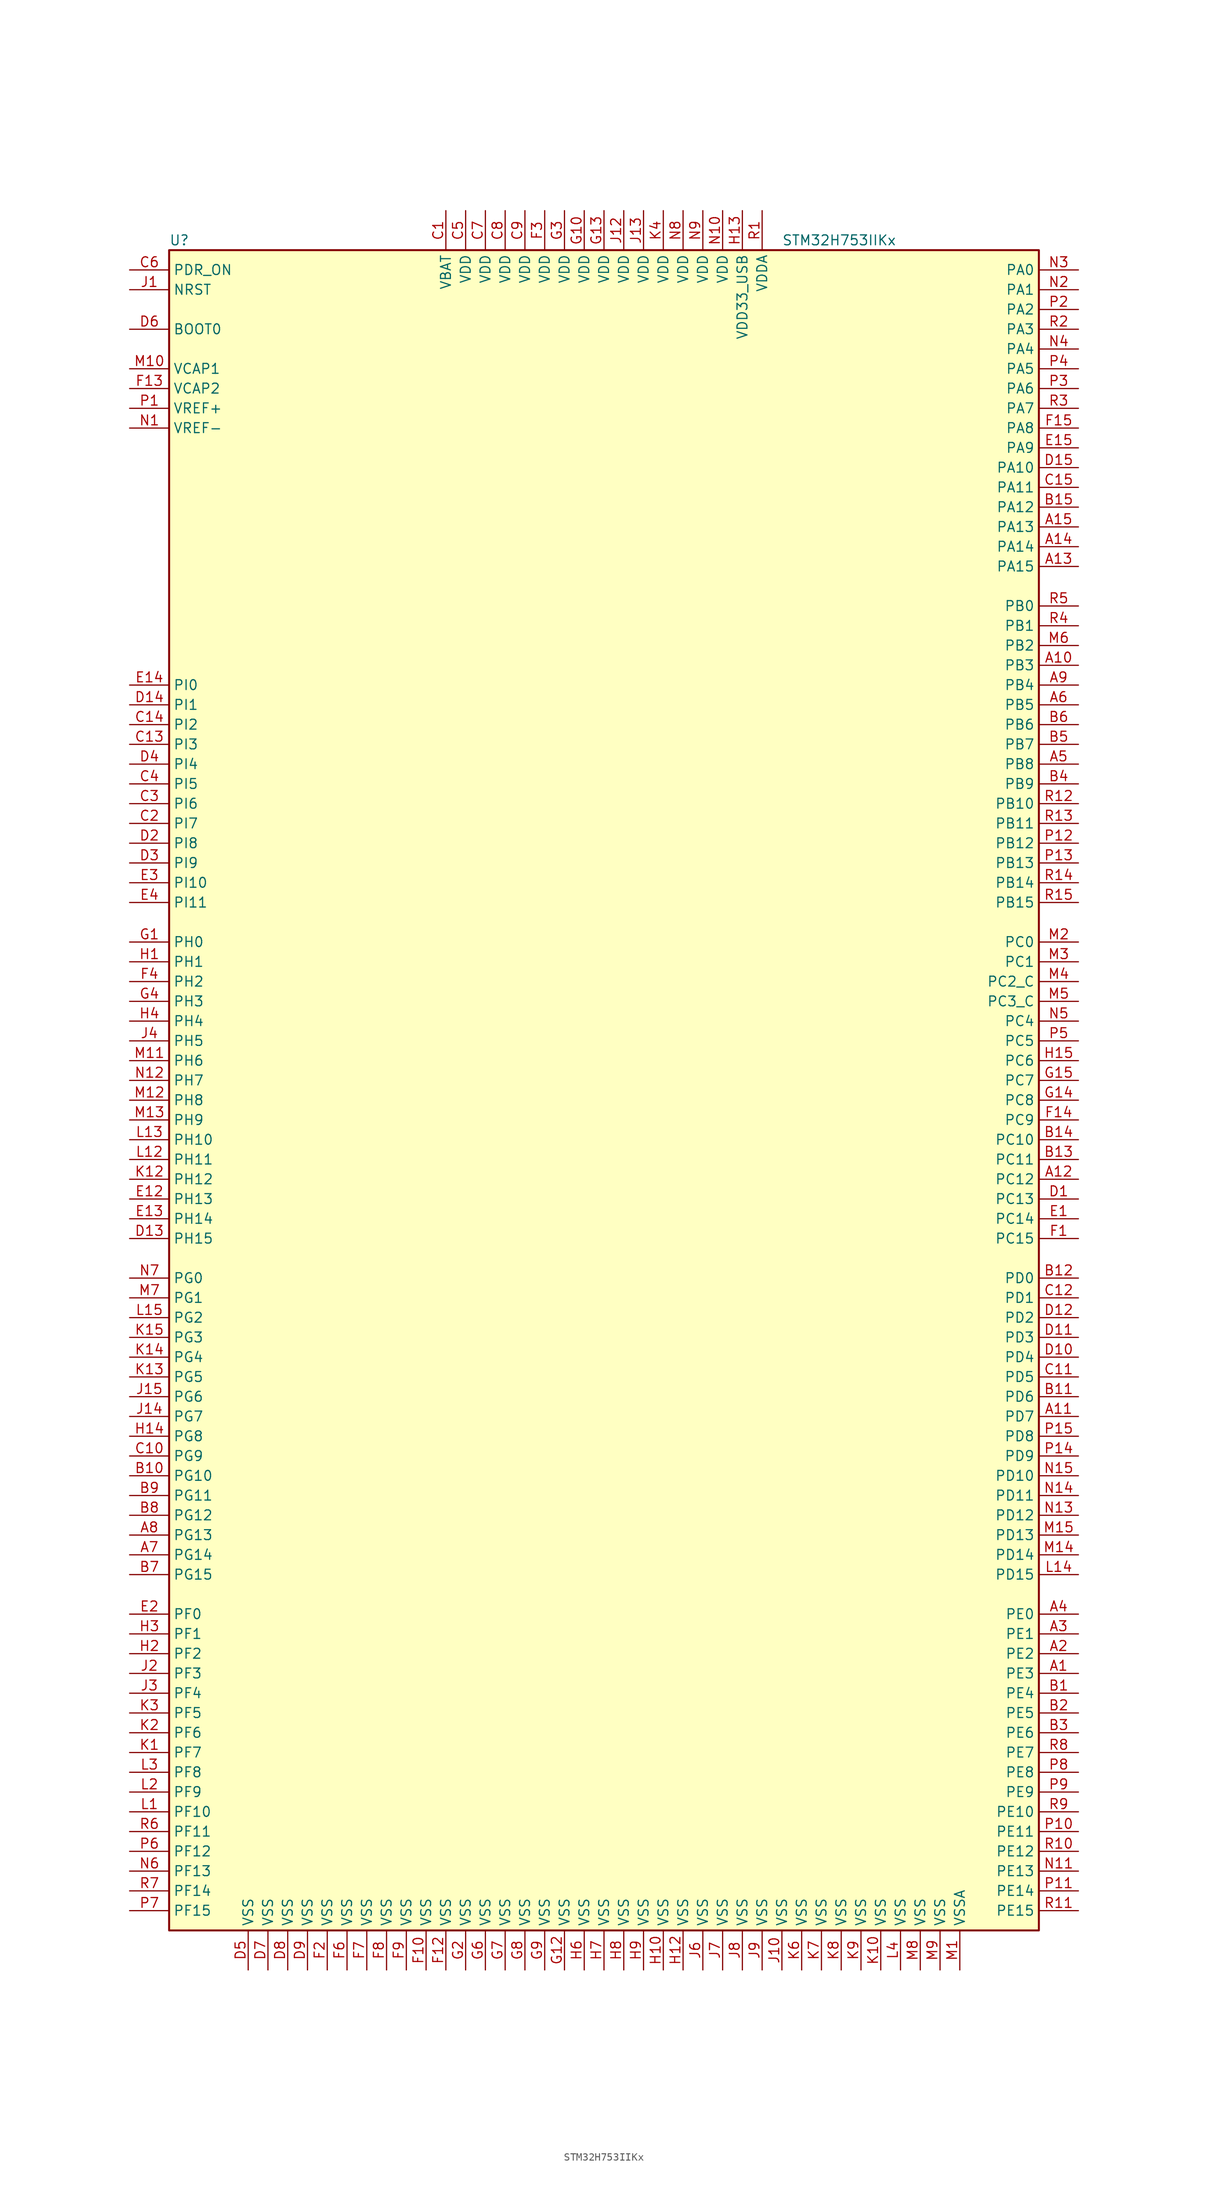
<source format=kicad_sym>
(kicad_symbol_lib
  (version 20201005)
  (generator kicad_symbol_editor)
  (symbol "STM32H753IIKx"
    (property "Reference" "U"
      (at -55.88 107.95 0)
      (effects (font (size 1.27 1.27)) (justify left)))
    (property "Value" "STM32H753IIKx"
      (at 22.86 107.95 0)
      (effects (font (size 1.27 1.27)) (justify left)))
    (symbol "STM32H753IIKx_0_1"
      (rectangle (start -55.88 -109.22) (end 55.88 106.68) (stroke (width 0.254)) (fill (type background))))
    (symbol "STM32H753IIKx_1_1"
      (pin input line (at -60.96 96.52 0) (length 5.08) (name "BOOT0" (effects (font (size 1.27 1.27)))) (number "D6" (effects (font (size 1.27 1.27)))))
      (pin input line (at -60.96 101.6 0) (length 5.08) (name "NRST" (effects (font (size 1.27 1.27)))) (number "J1" (effects (font (size 1.27 1.27)))))
      (pin bidirectional line (at 60.96 104.14 180) (length 5.08) (name "PA0" (effects (font (size 1.27 1.27)))) (number "N3" (effects (font (size 1.27 1.27)))))
      (pin bidirectional line (at 60.96 101.6 180) (length 5.08) (name "PA1" (effects (font (size 1.27 1.27)))) (number "N2" (effects (font (size 1.27 1.27)))))
      (pin bidirectional line (at 60.96 78.74 180) (length 5.08) (name "PA10" (effects (font (size 1.27 1.27)))) (number "D15" (effects (font (size 1.27 1.27)))))
      (pin bidirectional line (at 60.96 76.2 180) (length 5.08) (name "PA11" (effects (font (size 1.27 1.27)))) (number "C15" (effects (font (size 1.27 1.27)))))
      (pin bidirectional line (at 60.96 73.66 180) (length 5.08) (name "PA12" (effects (font (size 1.27 1.27)))) (number "B15" (effects (font (size 1.27 1.27)))))
      (pin bidirectional line (at 60.96 71.12 180) (length 5.08) (name "PA13" (effects (font (size 1.27 1.27)))) (number "A15" (effects (font (size 1.27 1.27)))))
      (pin bidirectional line (at 60.96 68.58 180) (length 5.08) (name "PA14" (effects (font (size 1.27 1.27)))) (number "A14" (effects (font (size 1.27 1.27)))))
      (pin bidirectional line (at 60.96 66.04 180) (length 5.08) (name "PA15" (effects (font (size 1.27 1.27)))) (number "A13" (effects (font (size 1.27 1.27)))))
      (pin bidirectional line (at 60.96 99.06 180) (length 5.08) (name "PA2" (effects (font (size 1.27 1.27)))) (number "P2" (effects (font (size 1.27 1.27)))))
      (pin bidirectional line (at 60.96 96.52 180) (length 5.08) (name "PA3" (effects (font (size 1.27 1.27)))) (number "R2" (effects (font (size 1.27 1.27)))))
      (pin bidirectional line (at 60.96 93.98 180) (length 5.08) (name "PA4" (effects (font (size 1.27 1.27)))) (number "N4" (effects (font (size 1.27 1.27)))))
      (pin bidirectional line (at 60.96 91.44 180) (length 5.08) (name "PA5" (effects (font (size 1.27 1.27)))) (number "P4" (effects (font (size 1.27 1.27)))))
      (pin bidirectional line (at 60.96 88.9 180) (length 5.08) (name "PA6" (effects (font (size 1.27 1.27)))) (number "P3" (effects (font (size 1.27 1.27)))))
      (pin bidirectional line (at 60.96 86.36 180) (length 5.08) (name "PA7" (effects (font (size 1.27 1.27)))) (number "R3" (effects (font (size 1.27 1.27)))))
      (pin bidirectional line (at 60.96 83.82 180) (length 5.08) (name "PA8" (effects (font (size 1.27 1.27)))) (number "F15" (effects (font (size 1.27 1.27)))))
      (pin bidirectional line (at 60.96 81.28 180) (length 5.08) (name "PA9" (effects (font (size 1.27 1.27)))) (number "E15" (effects (font (size 1.27 1.27)))))
      (pin bidirectional line (at 60.96 60.96 180) (length 5.08) (name "PB0" (effects (font (size 1.27 1.27)))) (number "R5" (effects (font (size 1.27 1.27)))))
      (pin bidirectional line (at 60.96 58.42 180) (length 5.08) (name "PB1" (effects (font (size 1.27 1.27)))) (number "R4" (effects (font (size 1.27 1.27)))))
      (pin bidirectional line (at 60.96 35.56 180) (length 5.08) (name "PB10" (effects (font (size 1.27 1.27)))) (number "R12" (effects (font (size 1.27 1.27)))))
      (pin bidirectional line (at 60.96 33.02 180) (length 5.08) (name "PB11" (effects (font (size 1.27 1.27)))) (number "R13" (effects (font (size 1.27 1.27)))))
      (pin bidirectional line (at 60.96 30.48 180) (length 5.08) (name "PB12" (effects (font (size 1.27 1.27)))) (number "P12" (effects (font (size 1.27 1.27)))))
      (pin bidirectional line (at 60.96 27.94 180) (length 5.08) (name "PB13" (effects (font (size 1.27 1.27)))) (number "P13" (effects (font (size 1.27 1.27)))))
      (pin bidirectional line (at 60.96 25.4 180) (length 5.08) (name "PB14" (effects (font (size 1.27 1.27)))) (number "R14" (effects (font (size 1.27 1.27)))))
      (pin bidirectional line (at 60.96 22.86 180) (length 5.08) (name "PB15" (effects (font (size 1.27 1.27)))) (number "R15" (effects (font (size 1.27 1.27)))))
      (pin bidirectional line (at 60.96 55.88 180) (length 5.08) (name "PB2" (effects (font (size 1.27 1.27)))) (number "M6" (effects (font (size 1.27 1.27)))))
      (pin bidirectional line (at 60.96 53.34 180) (length 5.08) (name "PB3" (effects (font (size 1.27 1.27)))) (number "A10" (effects (font (size 1.27 1.27)))))
      (pin bidirectional line (at 60.96 50.8 180) (length 5.08) (name "PB4" (effects (font (size 1.27 1.27)))) (number "A9" (effects (font (size 1.27 1.27)))))
      (pin bidirectional line (at 60.96 48.26 180) (length 5.08) (name "PB5" (effects (font (size 1.27 1.27)))) (number "A6" (effects (font (size 1.27 1.27)))))
      (pin bidirectional line (at 60.96 45.72 180) (length 5.08) (name "PB6" (effects (font (size 1.27 1.27)))) (number "B6" (effects (font (size 1.27 1.27)))))
      (pin bidirectional line (at 60.96 43.18 180) (length 5.08) (name "PB7" (effects (font (size 1.27 1.27)))) (number "B5" (effects (font (size 1.27 1.27)))))
      (pin bidirectional line (at 60.96 40.64 180) (length 5.08) (name "PB8" (effects (font (size 1.27 1.27)))) (number "A5" (effects (font (size 1.27 1.27)))))
      (pin bidirectional line (at 60.96 38.1 180) (length 5.08) (name "PB9" (effects (font (size 1.27 1.27)))) (number "B4" (effects (font (size 1.27 1.27)))))
      (pin bidirectional line (at 60.96 17.78 180) (length 5.08) (name "PC0" (effects (font (size 1.27 1.27)))) (number "M2" (effects (font (size 1.27 1.27)))))
      (pin bidirectional line (at 60.96 15.24 180) (length 5.08) (name "PC1" (effects (font (size 1.27 1.27)))) (number "M3" (effects (font (size 1.27 1.27)))))
      (pin bidirectional line (at 60.96 -7.62 180) (length 5.08) (name "PC10" (effects (font (size 1.27 1.27)))) (number "B14" (effects (font (size 1.27 1.27)))))
      (pin bidirectional line (at 60.96 -10.16 180) (length 5.08) (name "PC11" (effects (font (size 1.27 1.27)))) (number "B13" (effects (font (size 1.27 1.27)))))
      (pin bidirectional line (at 60.96 -12.7 180) (length 5.08) (name "PC12" (effects (font (size 1.27 1.27)))) (number "A12" (effects (font (size 1.27 1.27)))))
      (pin bidirectional line (at 60.96 -15.24 180) (length 5.08) (name "PC13" (effects (font (size 1.27 1.27)))) (number "D1" (effects (font (size 1.27 1.27)))))
      (pin bidirectional line (at 60.96 -17.78 180) (length 5.08) (name "PC14" (effects (font (size 1.27 1.27)))) (number "E1" (effects (font (size 1.27 1.27)))))
      (pin bidirectional line (at 60.96 -20.32 180) (length 5.08) (name "PC15" (effects (font (size 1.27 1.27)))) (number "F1" (effects (font (size 1.27 1.27)))))
      (pin bidirectional line (at 60.96 12.7 180) (length 5.08) (name "PC2_C" (effects (font (size 1.27 1.27)))) (number "M4" (effects (font (size 1.27 1.27)))))
      (pin bidirectional line (at 60.96 10.16 180) (length 5.08) (name "PC3_C" (effects (font (size 1.27 1.27)))) (number "M5" (effects (font (size 1.27 1.27)))))
      (pin bidirectional line (at 60.96 7.62 180) (length 5.08) (name "PC4" (effects (font (size 1.27 1.27)))) (number "N5" (effects (font (size 1.27 1.27)))))
      (pin bidirectional line (at 60.96 5.08 180) (length 5.08) (name "PC5" (effects (font (size 1.27 1.27)))) (number "P5" (effects (font (size 1.27 1.27)))))
      (pin bidirectional line (at 60.96 2.54 180) (length 5.08) (name "PC6" (effects (font (size 1.27 1.27)))) (number "H15" (effects (font (size 1.27 1.27)))))
      (pin bidirectional line (at 60.96 0 180) (length 5.08) (name "PC7" (effects (font (size 1.27 1.27)))) (number "G15" (effects (font (size 1.27 1.27)))))
      (pin bidirectional line (at 60.96 -2.54 180) (length 5.08) (name "PC8" (effects (font (size 1.27 1.27)))) (number "G14" (effects (font (size 1.27 1.27)))))
      (pin bidirectional line (at 60.96 -5.08 180) (length 5.08) (name "PC9" (effects (font (size 1.27 1.27)))) (number "F14" (effects (font (size 1.27 1.27)))))
      (pin bidirectional line (at 60.96 -25.4 180) (length 5.08) (name "PD0" (effects (font (size 1.27 1.27)))) (number "B12" (effects (font (size 1.27 1.27)))))
      (pin bidirectional line (at 60.96 -27.94 180) (length 5.08) (name "PD1" (effects (font (size 1.27 1.27)))) (number "C12" (effects (font (size 1.27 1.27)))))
      (pin bidirectional line (at 60.96 -50.8 180) (length 5.08) (name "PD10" (effects (font (size 1.27 1.27)))) (number "N15" (effects (font (size 1.27 1.27)))))
      (pin bidirectional line (at 60.96 -53.34 180) (length 5.08) (name "PD11" (effects (font (size 1.27 1.27)))) (number "N14" (effects (font (size 1.27 1.27)))))
      (pin bidirectional line (at 60.96 -55.88 180) (length 5.08) (name "PD12" (effects (font (size 1.27 1.27)))) (number "N13" (effects (font (size 1.27 1.27)))))
      (pin bidirectional line (at 60.96 -58.42 180) (length 5.08) (name "PD13" (effects (font (size 1.27 1.27)))) (number "M15" (effects (font (size 1.27 1.27)))))
      (pin bidirectional line (at 60.96 -60.96 180) (length 5.08) (name "PD14" (effects (font (size 1.27 1.27)))) (number "M14" (effects (font (size 1.27 1.27)))))
      (pin bidirectional line (at 60.96 -63.5 180) (length 5.08) (name "PD15" (effects (font (size 1.27 1.27)))) (number "L14" (effects (font (size 1.27 1.27)))))
      (pin bidirectional line (at 60.96 -30.48 180) (length 5.08) (name "PD2" (effects (font (size 1.27 1.27)))) (number "D12" (effects (font (size 1.27 1.27)))))
      (pin bidirectional line (at 60.96 -33.02 180) (length 5.08) (name "PD3" (effects (font (size 1.27 1.27)))) (number "D11" (effects (font (size 1.27 1.27)))))
      (pin bidirectional line (at 60.96 -35.56 180) (length 5.08) (name "PD4" (effects (font (size 1.27 1.27)))) (number "D10" (effects (font (size 1.27 1.27)))))
      (pin bidirectional line (at 60.96 -38.1 180) (length 5.08) (name "PD5" (effects (font (size 1.27 1.27)))) (number "C11" (effects (font (size 1.27 1.27)))))
      (pin bidirectional line (at 60.96 -40.64 180) (length 5.08) (name "PD6" (effects (font (size 1.27 1.27)))) (number "B11" (effects (font (size 1.27 1.27)))))
      (pin bidirectional line (at 60.96 -43.18 180) (length 5.08) (name "PD7" (effects (font (size 1.27 1.27)))) (number "A11" (effects (font (size 1.27 1.27)))))
      (pin bidirectional line (at 60.96 -45.72 180) (length 5.08) (name "PD8" (effects (font (size 1.27 1.27)))) (number "P15" (effects (font (size 1.27 1.27)))))
      (pin bidirectional line (at 60.96 -48.26 180) (length 5.08) (name "PD9" (effects (font (size 1.27 1.27)))) (number "P14" (effects (font (size 1.27 1.27)))))
      (pin input line (at -60.96 104.14 0) (length 5.08) (name "PDR_ON" (effects (font (size 1.27 1.27)))) (number "C6" (effects (font (size 1.27 1.27)))))
      (pin bidirectional line (at 60.96 -68.58 180) (length 5.08) (name "PE0" (effects (font (size 1.27 1.27)))) (number "A4" (effects (font (size 1.27 1.27)))))
      (pin bidirectional line (at 60.96 -71.12 180) (length 5.08) (name "PE1" (effects (font (size 1.27 1.27)))) (number "A3" (effects (font (size 1.27 1.27)))))
      (pin bidirectional line (at 60.96 -93.98 180) (length 5.08) (name "PE10" (effects (font (size 1.27 1.27)))) (number "R9" (effects (font (size 1.27 1.27)))))
      (pin bidirectional line (at 60.96 -96.52 180) (length 5.08) (name "PE11" (effects (font (size 1.27 1.27)))) (number "P10" (effects (font (size 1.27 1.27)))))
      (pin bidirectional line (at 60.96 -99.06 180) (length 5.08) (name "PE12" (effects (font (size 1.27 1.27)))) (number "R10" (effects (font (size 1.27 1.27)))))
      (pin bidirectional line (at 60.96 -101.6 180) (length 5.08) (name "PE13" (effects (font (size 1.27 1.27)))) (number "N11" (effects (font (size 1.27 1.27)))))
      (pin bidirectional line (at 60.96 -104.14 180) (length 5.08) (name "PE14" (effects (font (size 1.27 1.27)))) (number "P11" (effects (font (size 1.27 1.27)))))
      (pin bidirectional line (at 60.96 -106.68 180) (length 5.08) (name "PE15" (effects (font (size 1.27 1.27)))) (number "R11" (effects (font (size 1.27 1.27)))))
      (pin bidirectional line (at 60.96 -73.66 180) (length 5.08) (name "PE2" (effects (font (size 1.27 1.27)))) (number "A2" (effects (font (size 1.27 1.27)))))
      (pin bidirectional line (at 60.96 -76.2 180) (length 5.08) (name "PE3" (effects (font (size 1.27 1.27)))) (number "A1" (effects (font (size 1.27 1.27)))))
      (pin bidirectional line (at 60.96 -78.74 180) (length 5.08) (name "PE4" (effects (font (size 1.27 1.27)))) (number "B1" (effects (font (size 1.27 1.27)))))
      (pin bidirectional line (at 60.96 -81.28 180) (length 5.08) (name "PE5" (effects (font (size 1.27 1.27)))) (number "B2" (effects (font (size 1.27 1.27)))))
      (pin bidirectional line (at 60.96 -83.82 180) (length 5.08) (name "PE6" (effects (font (size 1.27 1.27)))) (number "B3" (effects (font (size 1.27 1.27)))))
      (pin bidirectional line (at 60.96 -86.36 180) (length 5.08) (name "PE7" (effects (font (size 1.27 1.27)))) (number "R8" (effects (font (size 1.27 1.27)))))
      (pin bidirectional line (at 60.96 -88.9 180) (length 5.08) (name "PE8" (effects (font (size 1.27 1.27)))) (number "P8" (effects (font (size 1.27 1.27)))))
      (pin bidirectional line (at 60.96 -91.44 180) (length 5.08) (name "PE9" (effects (font (size 1.27 1.27)))) (number "P9" (effects (font (size 1.27 1.27)))))
      (pin bidirectional line (at -60.96 -68.58 0) (length 5.08) (name "PF0" (effects (font (size 1.27 1.27)))) (number "E2" (effects (font (size 1.27 1.27)))))
      (pin bidirectional line (at -60.96 -71.12 0) (length 5.08) (name "PF1" (effects (font (size 1.27 1.27)))) (number "H3" (effects (font (size 1.27 1.27)))))
      (pin bidirectional line (at -60.96 -93.98 0) (length 5.08) (name "PF10" (effects (font (size 1.27 1.27)))) (number "L1" (effects (font (size 1.27 1.27)))))
      (pin bidirectional line (at -60.96 -96.52 0) (length 5.08) (name "PF11" (effects (font (size 1.27 1.27)))) (number "R6" (effects (font (size 1.27 1.27)))))
      (pin bidirectional line (at -60.96 -99.06 0) (length 5.08) (name "PF12" (effects (font (size 1.27 1.27)))) (number "P6" (effects (font (size 1.27 1.27)))))
      (pin bidirectional line (at -60.96 -101.6 0) (length 5.08) (name "PF13" (effects (font (size 1.27 1.27)))) (number "N6" (effects (font (size 1.27 1.27)))))
      (pin bidirectional line (at -60.96 -104.14 0) (length 5.08) (name "PF14" (effects (font (size 1.27 1.27)))) (number "R7" (effects (font (size 1.27 1.27)))))
      (pin bidirectional line (at -60.96 -106.68 0) (length 5.08) (name "PF15" (effects (font (size 1.27 1.27)))) (number "P7" (effects (font (size 1.27 1.27)))))
      (pin bidirectional line (at -60.96 -73.66 0) (length 5.08) (name "PF2" (effects (font (size 1.27 1.27)))) (number "H2" (effects (font (size 1.27 1.27)))))
      (pin bidirectional line (at -60.96 -76.2 0) (length 5.08) (name "PF3" (effects (font (size 1.27 1.27)))) (number "J2" (effects (font (size 1.27 1.27)))))
      (pin bidirectional line (at -60.96 -78.74 0) (length 5.08) (name "PF4" (effects (font (size 1.27 1.27)))) (number "J3" (effects (font (size 1.27 1.27)))))
      (pin bidirectional line (at -60.96 -81.28 0) (length 5.08) (name "PF5" (effects (font (size 1.27 1.27)))) (number "K3" (effects (font (size 1.27 1.27)))))
      (pin bidirectional line (at -60.96 -83.82 0) (length 5.08) (name "PF6" (effects (font (size 1.27 1.27)))) (number "K2" (effects (font (size 1.27 1.27)))))
      (pin bidirectional line (at -60.96 -86.36 0) (length 5.08) (name "PF7" (effects (font (size 1.27 1.27)))) (number "K1" (effects (font (size 1.27 1.27)))))
      (pin bidirectional line (at -60.96 -88.9 0) (length 5.08) (name "PF8" (effects (font (size 1.27 1.27)))) (number "L3" (effects (font (size 1.27 1.27)))))
      (pin bidirectional line (at -60.96 -91.44 0) (length 5.08) (name "PF9" (effects (font (size 1.27 1.27)))) (number "L2" (effects (font (size 1.27 1.27)))))
      (pin bidirectional line (at -60.96 -25.4 0) (length 5.08) (name "PG0" (effects (font (size 1.27 1.27)))) (number "N7" (effects (font (size 1.27 1.27)))))
      (pin bidirectional line (at -60.96 -27.94 0) (length 5.08) (name "PG1" (effects (font (size 1.27 1.27)))) (number "M7" (effects (font (size 1.27 1.27)))))
      (pin bidirectional line (at -60.96 -50.8 0) (length 5.08) (name "PG10" (effects (font (size 1.27 1.27)))) (number "B10" (effects (font (size 1.27 1.27)))))
      (pin bidirectional line (at -60.96 -53.34 0) (length 5.08) (name "PG11" (effects (font (size 1.27 1.27)))) (number "B9" (effects (font (size 1.27 1.27)))))
      (pin bidirectional line (at -60.96 -55.88 0) (length 5.08) (name "PG12" (effects (font (size 1.27 1.27)))) (number "B8" (effects (font (size 1.27 1.27)))))
      (pin bidirectional line (at -60.96 -58.42 0) (length 5.08) (name "PG13" (effects (font (size 1.27 1.27)))) (number "A8" (effects (font (size 1.27 1.27)))))
      (pin bidirectional line (at -60.96 -60.96 0) (length 5.08) (name "PG14" (effects (font (size 1.27 1.27)))) (number "A7" (effects (font (size 1.27 1.27)))))
      (pin bidirectional line (at -60.96 -63.5 0) (length 5.08) (name "PG15" (effects (font (size 1.27 1.27)))) (number "B7" (effects (font (size 1.27 1.27)))))
      (pin bidirectional line (at -60.96 -30.48 0) (length 5.08) (name "PG2" (effects (font (size 1.27 1.27)))) (number "L15" (effects (font (size 1.27 1.27)))))
      (pin bidirectional line (at -60.96 -33.02 0) (length 5.08) (name "PG3" (effects (font (size 1.27 1.27)))) (number "K15" (effects (font (size 1.27 1.27)))))
      (pin bidirectional line (at -60.96 -35.56 0) (length 5.08) (name "PG4" (effects (font (size 1.27 1.27)))) (number "K14" (effects (font (size 1.27 1.27)))))
      (pin bidirectional line (at -60.96 -38.1 0) (length 5.08) (name "PG5" (effects (font (size 1.27 1.27)))) (number "K13" (effects (font (size 1.27 1.27)))))
      (pin bidirectional line (at -60.96 -40.64 0) (length 5.08) (name "PG6" (effects (font (size 1.27 1.27)))) (number "J15" (effects (font (size 1.27 1.27)))))
      (pin bidirectional line (at -60.96 -43.18 0) (length 5.08) (name "PG7" (effects (font (size 1.27 1.27)))) (number "J14" (effects (font (size 1.27 1.27)))))
      (pin bidirectional line (at -60.96 -45.72 0) (length 5.08) (name "PG8" (effects (font (size 1.27 1.27)))) (number "H14" (effects (font (size 1.27 1.27)))))
      (pin bidirectional line (at -60.96 -48.26 0) (length 5.08) (name "PG9" (effects (font (size 1.27 1.27)))) (number "C10" (effects (font (size 1.27 1.27)))))
      (pin input line (at -60.96 17.78 0) (length 5.08) (name "PH0" (effects (font (size 1.27 1.27)))) (number "G1" (effects (font (size 1.27 1.27)))))
      (pin input line (at -60.96 15.24 0) (length 5.08) (name "PH1" (effects (font (size 1.27 1.27)))) (number "H1" (effects (font (size 1.27 1.27)))))
      (pin bidirectional line (at -60.96 -7.62 0) (length 5.08) (name "PH10" (effects (font (size 1.27 1.27)))) (number "L13" (effects (font (size 1.27 1.27)))))
      (pin bidirectional line (at -60.96 -10.16 0) (length 5.08) (name "PH11" (effects (font (size 1.27 1.27)))) (number "L12" (effects (font (size 1.27 1.27)))))
      (pin bidirectional line (at -60.96 -12.7 0) (length 5.08) (name "PH12" (effects (font (size 1.27 1.27)))) (number "K12" (effects (font (size 1.27 1.27)))))
      (pin bidirectional line (at -60.96 -15.24 0) (length 5.08) (name "PH13" (effects (font (size 1.27 1.27)))) (number "E12" (effects (font (size 1.27 1.27)))))
      (pin bidirectional line (at -60.96 -17.78 0) (length 5.08) (name "PH14" (effects (font (size 1.27 1.27)))) (number "E13" (effects (font (size 1.27 1.27)))))
      (pin bidirectional line (at -60.96 -20.32 0) (length 5.08) (name "PH15" (effects (font (size 1.27 1.27)))) (number "D13" (effects (font (size 1.27 1.27)))))
      (pin bidirectional line (at -60.96 12.7 0) (length 5.08) (name "PH2" (effects (font (size 1.27 1.27)))) (number "F4" (effects (font (size 1.27 1.27)))))
      (pin bidirectional line (at -60.96 10.16 0) (length 5.08) (name "PH3" (effects (font (size 1.27 1.27)))) (number "G4" (effects (font (size 1.27 1.27)))))
      (pin bidirectional line (at -60.96 7.62 0) (length 5.08) (name "PH4" (effects (font (size 1.27 1.27)))) (number "H4" (effects (font (size 1.27 1.27)))))
      (pin bidirectional line (at -60.96 5.08 0) (length 5.08) (name "PH5" (effects (font (size 1.27 1.27)))) (number "J4" (effects (font (size 1.27 1.27)))))
      (pin bidirectional line (at -60.96 2.54 0) (length 5.08) (name "PH6" (effects (font (size 1.27 1.27)))) (number "M11" (effects (font (size 1.27 1.27)))))
      (pin bidirectional line (at -60.96 0 0) (length 5.08) (name "PH7" (effects (font (size 1.27 1.27)))) (number "N12" (effects (font (size 1.27 1.27)))))
      (pin bidirectional line (at -60.96 -2.54 0) (length 5.08) (name "PH8" (effects (font (size 1.27 1.27)))) (number "M12" (effects (font (size 1.27 1.27)))))
      (pin bidirectional line (at -60.96 -5.08 0) (length 5.08) (name "PH9" (effects (font (size 1.27 1.27)))) (number "M13" (effects (font (size 1.27 1.27)))))
      (pin bidirectional line (at -60.96 50.8 0) (length 5.08) (name "PI0" (effects (font (size 1.27 1.27)))) (number "E14" (effects (font (size 1.27 1.27)))))
      (pin bidirectional line (at -60.96 48.26 0) (length 5.08) (name "PI1" (effects (font (size 1.27 1.27)))) (number "D14" (effects (font (size 1.27 1.27)))))
      (pin bidirectional line (at -60.96 25.4 0) (length 5.08) (name "PI10" (effects (font (size 1.27 1.27)))) (number "E3" (effects (font (size 1.27 1.27)))))
      (pin bidirectional line (at -60.96 22.86 0) (length 5.08) (name "PI11" (effects (font (size 1.27 1.27)))) (number "E4" (effects (font (size 1.27 1.27)))))
      (pin bidirectional line (at -60.96 45.72 0) (length 5.08) (name "PI2" (effects (font (size 1.27 1.27)))) (number "C14" (effects (font (size 1.27 1.27)))))
      (pin bidirectional line (at -60.96 43.18 0) (length 5.08) (name "PI3" (effects (font (size 1.27 1.27)))) (number "C13" (effects (font (size 1.27 1.27)))))
      (pin bidirectional line (at -60.96 40.64 0) (length 5.08) (name "PI4" (effects (font (size 1.27 1.27)))) (number "D4" (effects (font (size 1.27 1.27)))))
      (pin bidirectional line (at -60.96 38.1 0) (length 5.08) (name "PI5" (effects (font (size 1.27 1.27)))) (number "C4" (effects (font (size 1.27 1.27)))))
      (pin bidirectional line (at -60.96 35.56 0) (length 5.08) (name "PI6" (effects (font (size 1.27 1.27)))) (number "C3" (effects (font (size 1.27 1.27)))))
      (pin bidirectional line (at -60.96 33.02 0) (length 5.08) (name "PI7" (effects (font (size 1.27 1.27)))) (number "C2" (effects (font (size 1.27 1.27)))))
      (pin bidirectional line (at -60.96 30.48 0) (length 5.08) (name "PI8" (effects (font (size 1.27 1.27)))) (number "D2" (effects (font (size 1.27 1.27)))))
      (pin bidirectional line (at -60.96 27.94 0) (length 5.08) (name "PI9" (effects (font (size 1.27 1.27)))) (number "D3" (effects (font (size 1.27 1.27)))))
      (pin power_in line (at -20.32 111.76 270) (length 5.08) (name "VBAT" (effects (font (size 1.27 1.27)))) (number "C1" (effects (font (size 1.27 1.27)))))
      (pin power_in line (at -60.96 91.44 0) (length 5.08) (name "VCAP1" (effects (font (size 1.27 1.27)))) (number "M10" (effects (font (size 1.27 1.27)))))
      (pin power_in line (at -60.96 88.9 0) (length 5.08) (name "VCAP2" (effects (font (size 1.27 1.27)))) (number "F13" (effects (font (size 1.27 1.27)))))
      (pin power_in line (at -17.78 111.76 270) (length 5.08) (name "VDD" (effects (font (size 1.27 1.27)))) (number "C5" (effects (font (size 1.27 1.27)))))
      (pin power_in line (at -15.24 111.76 270) (length 5.08) (name "VDD" (effects (font (size 1.27 1.27)))) (number "C7" (effects (font (size 1.27 1.27)))))
      (pin power_in line (at -12.7 111.76 270) (length 5.08) (name "VDD" (effects (font (size 1.27 1.27)))) (number "C8" (effects (font (size 1.27 1.27)))))
      (pin power_in line (at -10.16 111.76 270) (length 5.08) (name "VDD" (effects (font (size 1.27 1.27)))) (number "C9" (effects (font (size 1.27 1.27)))))
      (pin power_in line (at -7.62 111.76 270) (length 5.08) (name "VDD" (effects (font (size 1.27 1.27)))) (number "F3" (effects (font (size 1.27 1.27)))))
      (pin power_in line (at -2.54 111.76 270) (length 5.08) (name "VDD" (effects (font (size 1.27 1.27)))) (number "G10" (effects (font (size 1.27 1.27)))))
      (pin power_in line (at 0 111.76 270) (length 5.08) (name "VDD" (effects (font (size 1.27 1.27)))) (number "G13" (effects (font (size 1.27 1.27)))))
      (pin power_in line (at -5.08 111.76 270) (length 5.08) (name "VDD" (effects (font (size 1.27 1.27)))) (number "G3" (effects (font (size 1.27 1.27)))))
      (pin power_in line (at 2.54 111.76 270) (length 5.08) (name "VDD" (effects (font (size 1.27 1.27)))) (number "J12" (effects (font (size 1.27 1.27)))))
      (pin power_in line (at 5.08 111.76 270) (length 5.08) (name "VDD" (effects (font (size 1.27 1.27)))) (number "J13" (effects (font (size 1.27 1.27)))))
      (pin power_in line (at 7.62 111.76 270) (length 5.08) (name "VDD" (effects (font (size 1.27 1.27)))) (number "K4" (effects (font (size 1.27 1.27)))))
      (pin power_in line (at 15.24 111.76 270) (length 5.08) (name "VDD" (effects (font (size 1.27 1.27)))) (number "N10" (effects (font (size 1.27 1.27)))))
      (pin power_in line (at 10.16 111.76 270) (length 5.08) (name "VDD" (effects (font (size 1.27 1.27)))) (number "N8" (effects (font (size 1.27 1.27)))))
      (pin power_in line (at 12.7 111.76 270) (length 5.08) (name "VDD" (effects (font (size 1.27 1.27)))) (number "N9" (effects (font (size 1.27 1.27)))))
      (pin power_in line (at 17.78 111.76 270) (length 5.08) (name "VDD33_USB" (effects (font (size 1.27 1.27)))) (number "H13" (effects (font (size 1.27 1.27)))))
      (pin power_in line (at 20.32 111.76 270) (length 5.08) (name "VDDA" (effects (font (size 1.27 1.27)))) (number "R1" (effects (font (size 1.27 1.27)))))
      (pin bidirectional line (at -60.96 86.36 0) (length 5.08) (name "VREF+" (effects (font (size 1.27 1.27)))) (number "P1" (effects (font (size 1.27 1.27)))))
      (pin power_in line (at -60.96 83.82 0) (length 5.08) (name "VREF-" (effects (font (size 1.27 1.27)))) (number "N1" (effects (font (size 1.27 1.27)))))
      (pin power_in line (at -45.72 -114.3 90) (length 5.08) (name "VSS" (effects (font (size 1.27 1.27)))) (number "D5" (effects (font (size 1.27 1.27)))))
      (pin power_in line (at -43.18 -114.3 90) (length 5.08) (name "VSS" (effects (font (size 1.27 1.27)))) (number "D7" (effects (font (size 1.27 1.27)))))
      (pin power_in line (at -40.64 -114.3 90) (length 5.08) (name "VSS" (effects (font (size 1.27 1.27)))) (number "D8" (effects (font (size 1.27 1.27)))))
      (pin power_in line (at -38.1 -114.3 90) (length 5.08) (name "VSS" (effects (font (size 1.27 1.27)))) (number "D9" (effects (font (size 1.27 1.27)))))
      (pin power_in line (at -22.86 -114.3 90) (length 5.08) (name "VSS" (effects (font (size 1.27 1.27)))) (number "F10" (effects (font (size 1.27 1.27)))))
      (pin power_in line (at -20.32 -114.3 90) (length 5.08) (name "VSS" (effects (font (size 1.27 1.27)))) (number "F12" (effects (font (size 1.27 1.27)))))
      (pin power_in line (at -35.56 -114.3 90) (length 5.08) (name "VSS" (effects (font (size 1.27 1.27)))) (number "F2" (effects (font (size 1.27 1.27)))))
      (pin power_in line (at -33.02 -114.3 90) (length 5.08) (name "VSS" (effects (font (size 1.27 1.27)))) (number "F6" (effects (font (size 1.27 1.27)))))
      (pin power_in line (at -30.48 -114.3 90) (length 5.08) (name "VSS" (effects (font (size 1.27 1.27)))) (number "F7" (effects (font (size 1.27 1.27)))))
      (pin power_in line (at -27.94 -114.3 90) (length 5.08) (name "VSS" (effects (font (size 1.27 1.27)))) (number "F8" (effects (font (size 1.27 1.27)))))
      (pin power_in line (at -25.4 -114.3 90) (length 5.08) (name "VSS" (effects (font (size 1.27 1.27)))) (number "F9" (effects (font (size 1.27 1.27)))))
      (pin power_in line (at -5.08 -114.3 90) (length 5.08) (name "VSS" (effects (font (size 1.27 1.27)))) (number "G12" (effects (font (size 1.27 1.27)))))
      (pin power_in line (at -17.78 -114.3 90) (length 5.08) (name "VSS" (effects (font (size 1.27 1.27)))) (number "G2" (effects (font (size 1.27 1.27)))))
      (pin power_in line (at -15.24 -114.3 90) (length 5.08) (name "VSS" (effects (font (size 1.27 1.27)))) (number "G6" (effects (font (size 1.27 1.27)))))
      (pin power_in line (at -12.7 -114.3 90) (length 5.08) (name "VSS" (effects (font (size 1.27 1.27)))) (number "G7" (effects (font (size 1.27 1.27)))))
      (pin power_in line (at -10.16 -114.3 90) (length 5.08) (name "VSS" (effects (font (size 1.27 1.27)))) (number "G8" (effects (font (size 1.27 1.27)))))
      (pin power_in line (at -7.62 -114.3 90) (length 5.08) (name "VSS" (effects (font (size 1.27 1.27)))) (number "G9" (effects (font (size 1.27 1.27)))))
      (pin power_in line (at 7.62 -114.3 90) (length 5.08) (name "VSS" (effects (font (size 1.27 1.27)))) (number "H10" (effects (font (size 1.27 1.27)))))
      (pin power_in line (at 10.16 -114.3 90) (length 5.08) (name "VSS" (effects (font (size 1.27 1.27)))) (number "H12" (effects (font (size 1.27 1.27)))))
      (pin power_in line (at -2.54 -114.3 90) (length 5.08) (name "VSS" (effects (font (size 1.27 1.27)))) (number "H6" (effects (font (size 1.27 1.27)))))
      (pin power_in line (at 0 -114.3 90) (length 5.08) (name "VSS" (effects (font (size 1.27 1.27)))) (number "H7" (effects (font (size 1.27 1.27)))))
      (pin power_in line (at 2.54 -114.3 90) (length 5.08) (name "VSS" (effects (font (size 1.27 1.27)))) (number "H8" (effects (font (size 1.27 1.27)))))
      (pin power_in line (at 5.08 -114.3 90) (length 5.08) (name "VSS" (effects (font (size 1.27 1.27)))) (number "H9" (effects (font (size 1.27 1.27)))))
      (pin power_in line (at 22.86 -114.3 90) (length 5.08) (name "VSS" (effects (font (size 1.27 1.27)))) (number "J10" (effects (font (size 1.27 1.27)))))
      (pin power_in line (at 12.7 -114.3 90) (length 5.08) (name "VSS" (effects (font (size 1.27 1.27)))) (number "J6" (effects (font (size 1.27 1.27)))))
      (pin power_in line (at 15.24 -114.3 90) (length 5.08) (name "VSS" (effects (font (size 1.27 1.27)))) (number "J7" (effects (font (size 1.27 1.27)))))
      (pin power_in line (at 17.78 -114.3 90) (length 5.08) (name "VSS" (effects (font (size 1.27 1.27)))) (number "J8" (effects (font (size 1.27 1.27)))))
      (pin power_in line (at 20.32 -114.3 90) (length 5.08) (name "VSS" (effects (font (size 1.27 1.27)))) (number "J9" (effects (font (size 1.27 1.27)))))
      (pin power_in line (at 35.56 -114.3 90) (length 5.08) (name "VSS" (effects (font (size 1.27 1.27)))) (number "K10" (effects (font (size 1.27 1.27)))))
      (pin power_in line (at 25.4 -114.3 90) (length 5.08) (name "VSS" (effects (font (size 1.27 1.27)))) (number "K6" (effects (font (size 1.27 1.27)))))
      (pin power_in line (at 27.94 -114.3 90) (length 5.08) (name "VSS" (effects (font (size 1.27 1.27)))) (number "K7" (effects (font (size 1.27 1.27)))))
      (pin power_in line (at 30.48 -114.3 90) (length 5.08) (name "VSS" (effects (font (size 1.27 1.27)))) (number "K8" (effects (font (size 1.27 1.27)))))
      (pin power_in line (at 33.02 -114.3 90) (length 5.08) (name "VSS" (effects (font (size 1.27 1.27)))) (number "K9" (effects (font (size 1.27 1.27)))))
      (pin power_in line (at 38.1 -114.3 90) (length 5.08) (name "VSS" (effects (font (size 1.27 1.27)))) (number "L4" (effects (font (size 1.27 1.27)))))
      (pin power_in line (at 40.64 -114.3 90) (length 5.08) (name "VSS" (effects (font (size 1.27 1.27)))) (number "M8" (effects (font (size 1.27 1.27)))))
      (pin power_in line (at 43.18 -114.3 90) (length 5.08) (name "VSS" (effects (font (size 1.27 1.27)))) (number "M9" (effects (font (size 1.27 1.27)))))
      (pin power_in line (at 45.72 -114.3 90) (length 5.08) (name "VSSA" (effects (font (size 1.27 1.27)))) (number "M1" (effects (font (size 1.27 1.27))))))))
</source>
